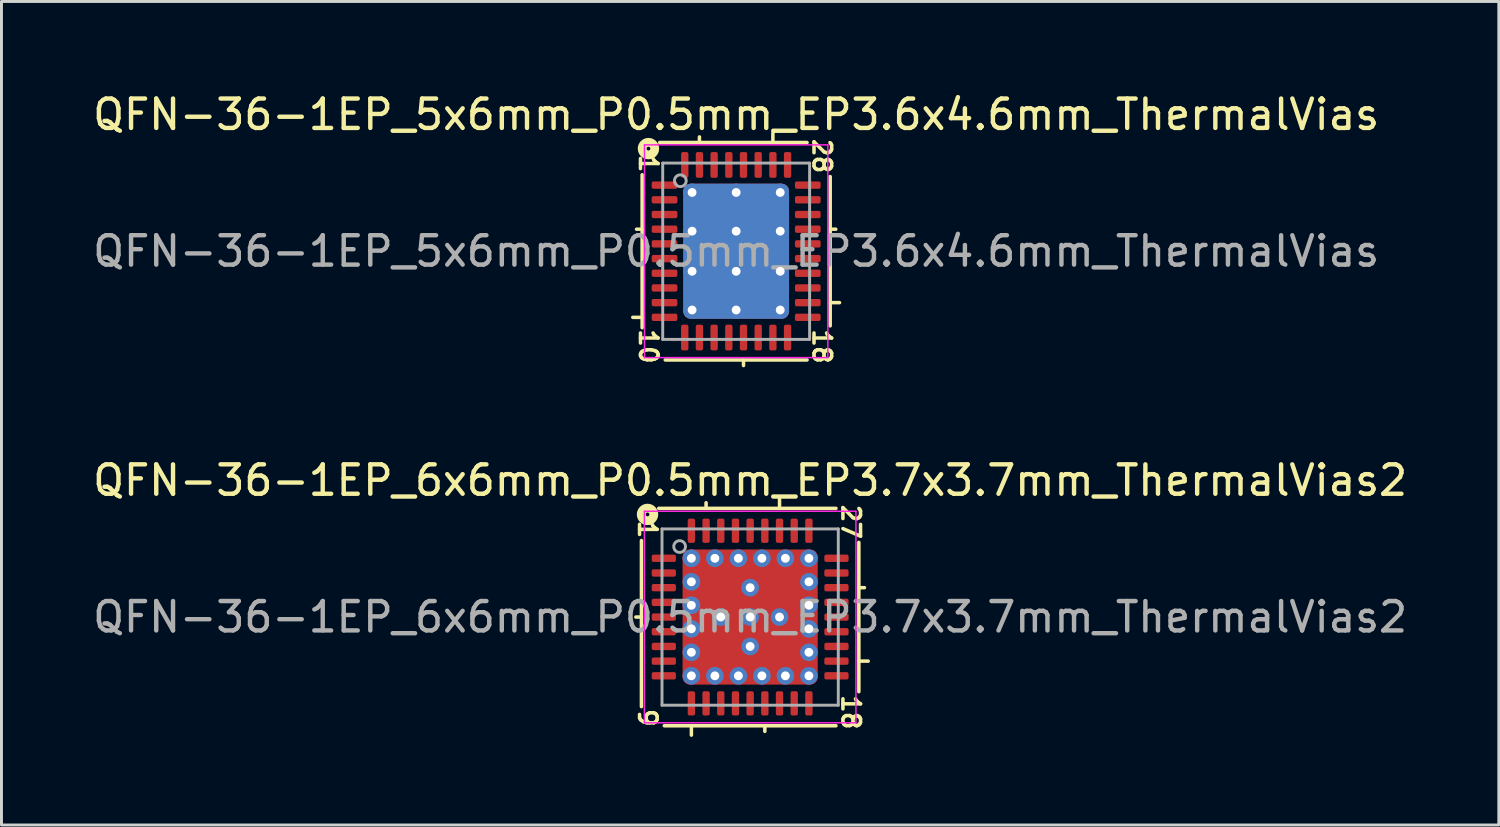
<source format=kicad_pcb>
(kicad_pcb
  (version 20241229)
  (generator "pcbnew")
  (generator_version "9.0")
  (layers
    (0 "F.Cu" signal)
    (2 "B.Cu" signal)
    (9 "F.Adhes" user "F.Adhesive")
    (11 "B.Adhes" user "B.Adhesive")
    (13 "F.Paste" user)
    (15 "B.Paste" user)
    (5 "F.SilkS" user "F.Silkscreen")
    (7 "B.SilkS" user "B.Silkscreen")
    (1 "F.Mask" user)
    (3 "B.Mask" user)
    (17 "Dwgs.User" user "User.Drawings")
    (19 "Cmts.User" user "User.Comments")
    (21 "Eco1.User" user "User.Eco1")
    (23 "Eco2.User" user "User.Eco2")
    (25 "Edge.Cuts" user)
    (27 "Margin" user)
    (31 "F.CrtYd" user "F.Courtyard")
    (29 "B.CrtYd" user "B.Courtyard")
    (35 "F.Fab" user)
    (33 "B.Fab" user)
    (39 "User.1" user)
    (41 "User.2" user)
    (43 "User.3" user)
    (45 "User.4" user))
  (footprint "QFN-36-1EP_5x6mm_P0.5mm_EP3.6x4.6mm_ThermalVias"
    (layer "F.Cu")
    (at 22.006 5.501)
    (property "Reference" "QFN-36-1EP_5x6mm_P0.5mm_EP3.6x4.6mm_ThermalVias" (at 0 -4.652 0) (layer "F.SilkS") (effects (font (size 1 1) (thickness 0.15))))
    (attr smd)
    (fp_line (start -3.2 -2.603) (end -3.2 2.603) (stroke (width 0.12) (type solid)) (layer "F.SilkS"))
    (fp_line (start -3.2 -0.75) (end -3.39 -0.75) (stroke (width 0.12) (type solid)) (layer "F.SilkS"))
    (fp_line (start -3.2 2.25) (end -3.518 2.25) (stroke (width 0.12) (type solid)) (layer "F.SilkS"))
    (fp_line (start -2.413 3.7) (end 2.413 3.7) (stroke (width 0.12) (type solid)) (layer "F.SilkS"))
    (fp_line (start -1.25 -3.7) (end -1.25 -3.89) (stroke (width 0.12) (type solid)) (layer "F.SilkS"))
    (fp_line (start 0.25 3.7) (end 0.25 3.89) (stroke (width 0.12) (type solid)) (layer "F.SilkS"))
    (fp_line (start 1.25 -3.7) (end 1.25 -4.018) (stroke (width 0.12) (type solid)) (layer "F.SilkS"))
    (fp_line (start 2.413 -3.7) (end -2.603 -3.7) (stroke (width 0.12) (type solid)) (layer "F.SilkS"))
    (fp_line (start 3.2 -0.75) (end 3.39 -0.75) (stroke (width 0.12) (type solid)) (layer "F.SilkS"))
    (fp_line (start 3.2 1.75) (end 3.518 1.75) (stroke (width 0.12) (type solid)) (layer "F.SilkS"))
    (fp_line (start 3.2 2.54) (end 3.2 -2.54) (stroke (width 0.12) (type solid)) (layer "F.SilkS"))
    (fp_circle (center -2.985 -3.493) (end -2.921 -3.493) (stroke (width 0.3) (type solid)) (fill no) (layer "F.SilkS"))
    (fp_line (start -3.12 -3.62) (end -3.12 3.62) (stroke (width 0.05) (type solid)) (layer "F.CrtYd"))
    (fp_line (start -3.12 3.62) (end 3.12 3.62) (stroke (width 0.05) (type solid)) (layer "F.CrtYd"))
    (fp_line (start 3.12 -3.62) (end -3.12 -3.62) (stroke (width 0.05) (type solid)) (layer "F.CrtYd"))
    (fp_line (start 3.12 3.62) (end 3.12 -3.62) (stroke (width 0.05) (type solid)) (layer "F.CrtYd"))
    (fp_line (start -2.5 -3) (end 2.5 -3) (stroke (width 0.1) (type solid)) (layer "F.Fab"))
    (fp_line (start -2.5 3) (end -2.5 -3) (stroke (width 0.1) (type solid)) (layer "F.Fab"))
    (fp_line (start 2.5 -3) (end 2.5 3) (stroke (width 0.1) (type solid)) (layer "F.Fab"))
    (fp_line (start 2.5 3) (end -2.5 3) (stroke (width 0.1) (type solid)) (layer "F.Fab"))
    (fp_circle (center -1.9 -2.4) (end -1.7 -2.4) (stroke (width 0.1) (type solid)) (fill no) (layer "F.Fab"))
    (fp_text user "18" (at 2.921 3.239 270) (unlocked yes) (layer "F.SilkS") (effects (font (size 0.6 0.6) (thickness 0.12))))
    (fp_text user "10" (at -2.985 3.239 270) (unlocked yes) (layer "F.SilkS") (effects (font (size 0.6 0.6) (thickness 0.12))))
    (fp_text user "28" (at 2.921 -3.239 270) (unlocked yes) (layer "F.SilkS") (effects (font (size 0.6 0.6) (thickness 0.12))))
    (fp_text user "1" (at -2.985 -2.985 270) (unlocked yes) (layer "F.SilkS") (effects (font (size 0.6 0.6) (thickness 0.12))))
    (fp_text user "${REFERENCE}" (at 0 0 0) (layer "F.Fab") (effects (font (size 1 1) (thickness 0.15))))
    (pad "" smd roundrect (at -0.775 -1.367) (size 1.394 1.188) (layers "F.Paste") (roundrect_rratio 0.21))
    (pad "" smd roundrect (at -0.775 0) (size 1.394 1.188) (layers "F.Paste") (roundrect_rratio 0.21))
    (pad "" smd roundrect (at -0.775 1.367) (size 1.394 1.188) (layers "F.Paste") (roundrect_rratio 0.21))
    (pad "" smd roundrect (at 0.775 -1.367) (size 1.394 1.188) (layers "F.Paste") (roundrect_rratio 0.21))
    (pad "" smd roundrect (at 0.775 0) (size 1.394 1.188) (layers "F.Paste") (roundrect_rratio 0.21))
    (pad "" smd roundrect (at 0.775 1.367) (size 1.394 1.188) (layers "F.Paste") (roundrect_rratio 0.21))
    (pad "1" smd roundrect (at -2.438 -2.25) (size 0.875 0.25) (layers "F.Cu" "F.Mask" "F.Paste") (roundrect_rratio 0.25))
    (pad "2" smd roundrect (at -2.438 -1.75) (size 0.875 0.25) (layers "F.Cu" "F.Mask" "F.Paste") (roundrect_rratio 0.25))
    (pad "3" smd roundrect (at -2.438 -1.25) (size 0.875 0.25) (layers "F.Cu" "F.Mask" "F.Paste") (roundrect_rratio 0.25))
    (pad "4" smd roundrect (at -2.438 -0.75) (size 0.875 0.25) (layers "F.Cu" "F.Mask" "F.Paste") (roundrect_rratio 0.25))
    (pad "5" smd roundrect (at -2.438 -0.25) (size 0.875 0.25) (layers "F.Cu" "F.Mask" "F.Paste") (roundrect_rratio 0.25))
    (pad "6" smd roundrect (at -2.438 0.25) (size 0.875 0.25) (layers "F.Cu" "F.Mask" "F.Paste") (roundrect_rratio 0.25))
    (pad "7" smd roundrect (at -2.438 0.75) (size 0.875 0.25) (layers "F.Cu" "F.Mask" "F.Paste") (roundrect_rratio 0.25))
    (pad "8" smd roundrect (at -2.438 1.25) (size 0.875 0.25) (layers "F.Cu" "F.Mask" "F.Paste") (roundrect_rratio 0.25))
    (pad "9" smd roundrect (at -2.438 1.75) (size 0.875 0.25) (layers "F.Cu" "F.Mask" "F.Paste") (roundrect_rratio 0.25))
    (pad "10" smd roundrect (at -2.438 2.25) (size 0.875 0.25) (layers "F.Cu" "F.Mask" "F.Paste") (roundrect_rratio 0.25))
    (pad "11" smd roundrect (at -1.75 2.938) (size 0.25 0.875) (layers "F.Cu" "F.Mask" "F.Paste") (roundrect_rratio 0.25))
    (pad "12" smd roundrect (at -1.25 2.938) (size 0.25 0.875) (layers "F.Cu" "F.Mask" "F.Paste") (roundrect_rratio 0.25))
    (pad "13" smd roundrect (at -0.75 2.938) (size 0.25 0.875) (layers "F.Cu" "F.Mask" "F.Paste") (roundrect_rratio 0.25))
    (pad "14" smd roundrect (at -0.25 2.938) (size 0.25 0.875) (layers "F.Cu" "F.Mask" "F.Paste") (roundrect_rratio 0.25))
    (pad "15" smd roundrect (at 0.25 2.938) (size 0.25 0.875) (layers "F.Cu" "F.Mask" "F.Paste") (roundrect_rratio 0.25))
    (pad "16" smd roundrect (at 0.75 2.938) (size 0.25 0.875) (layers "F.Cu" "F.Mask" "F.Paste") (roundrect_rratio 0.25))
    (pad "17" smd roundrect (at 1.25 2.938) (size 0.25 0.875) (layers "F.Cu" "F.Mask" "F.Paste") (roundrect_rratio 0.25))
    (pad "18" smd roundrect (at 1.75 2.938) (size 0.25 0.875) (layers "F.Cu" "F.Mask" "F.Paste") (roundrect_rratio 0.25))
    (pad "19" smd roundrect (at 2.438 2.25) (size 0.875 0.25) (layers "F.Cu" "F.Mask" "F.Paste") (roundrect_rratio 0.25))
    (pad "20" smd roundrect (at 2.438 1.75) (size 0.875 0.25) (layers "F.Cu" "F.Mask" "F.Paste") (roundrect_rratio 0.25))
    (pad "21" smd roundrect (at 2.438 1.25) (size 0.875 0.25) (layers "F.Cu" "F.Mask" "F.Paste") (roundrect_rratio 0.25))
    (pad "22" smd roundrect (at 2.438 0.75) (size 0.875 0.25) (layers "F.Cu" "F.Mask" "F.Paste") (roundrect_rratio 0.25))
    (pad "23" smd roundrect (at 2.438 0.25) (size 0.875 0.25) (layers "F.Cu" "F.Mask" "F.Paste") (roundrect_rratio 0.25))
    (pad "24" smd roundrect (at 2.438 -0.25) (size 0.875 0.25) (layers "F.Cu" "F.Mask" "F.Paste") (roundrect_rratio 0.25))
    (pad "25" smd roundrect (at 2.438 -0.75) (size 0.875 0.25) (layers "F.Cu" "F.Mask" "F.Paste") (roundrect_rratio 0.25))
    (pad "26" smd roundrect (at 2.438 -1.25) (size 0.875 0.25) (layers "F.Cu" "F.Mask" "F.Paste") (roundrect_rratio 0.25))
    (pad "27" smd roundrect (at 2.438 -1.75) (size 0.875 0.25) (layers "F.Cu" "F.Mask" "F.Paste") (roundrect_rratio 0.25))
    (pad "28" smd roundrect (at 2.438 -2.25) (size 0.875 0.25) (layers "F.Cu" "F.Mask" "F.Paste") (roundrect_rratio 0.25))
    (pad "29" smd roundrect (at 1.75 -2.938) (size 0.25 0.875) (layers "F.Cu" "F.Mask" "F.Paste") (roundrect_rratio 0.25))
    (pad "30" smd roundrect (at 1.25 -2.938) (size 0.25 0.875) (layers "F.Cu" "F.Mask" "F.Paste") (roundrect_rratio 0.25))
    (pad "31" smd roundrect (at 0.75 -2.938) (size 0.25 0.875) (layers "F.Cu" "F.Mask" "F.Paste") (roundrect_rratio 0.25))
    (pad "32" smd roundrect (at 0.25 -2.938) (size 0.25 0.875) (layers "F.Cu" "F.Mask" "F.Paste") (roundrect_rratio 0.25))
    (pad "33" smd roundrect (at -0.25 -2.938) (size 0.25 0.875) (layers "F.Cu" "F.Mask" "F.Paste") (roundrect_rratio 0.25))
    (pad "34" smd roundrect (at -0.75 -2.938) (size 0.25 0.875) (layers "F.Cu" "F.Mask" "F.Paste") (roundrect_rratio 0.25))
    (pad "35" smd roundrect (at -1.25 -2.938) (size 0.25 0.875) (layers "F.Cu" "F.Mask" "F.Paste") (roundrect_rratio 0.25))
    (pad "36" smd roundrect (at -1.75 -2.938) (size 0.25 0.875) (layers "F.Cu" "F.Mask" "F.Paste") (roundrect_rratio 0.25))
    (pad "37" thru_hole circle (at -1.5 -2) (size 0.6 0.6) (drill 0.3) (property pad_prop_heatsink) (layers "*.Cu"))
    (pad "37" thru_hole circle (at -1.5 -0.683) (size 0.6 0.6) (drill 0.3) (property pad_prop_heatsink) (layers "*.Cu"))
    (pad "37" thru_hole circle (at -1.5 0.683) (size 0.6 0.6) (drill 0.3) (property pad_prop_heatsink) (layers "*.Cu"))
    (pad "37" thru_hole circle (at -1.5 2) (size 0.6 0.6) (drill 0.3) (property pad_prop_heatsink) (layers "*.Cu"))
    (pad "37" thru_hole circle (at 0 -2) (size 0.6 0.6) (drill 0.3) (property pad_prop_heatsink) (layers "*.Cu"))
    (pad "37" thru_hole circle (at 0 -0.683) (size 0.6 0.6) (drill 0.3) (property pad_prop_heatsink) (layers "*.Cu"))
    (pad "37" smd roundrect (at 0 0) (size 3.6 4.6) (layers "F.Cu" "F.Mask") (roundrect_rratio 0.069))
    (pad "37" smd roundrect (at 0 0) (size 3.6 4.6) (layers "B.Cu" "B.Mask") (roundrect_rratio 0.069))
    (pad "37" thru_hole circle (at 0 0.683) (size 0.6 0.6) (drill 0.3) (property pad_prop_heatsink) (layers "*.Cu"))
    (pad "37" thru_hole circle (at 0 2) (size 0.6 0.6) (drill 0.3) (property pad_prop_heatsink) (layers "*.Cu"))
    (pad "37" thru_hole circle (at 1.5 -2) (size 0.6 0.6) (drill 0.3) (property pad_prop_heatsink) (layers "*.Cu"))
    (pad "37" thru_hole circle (at 1.5 -0.683) (size 0.6 0.6) (drill 0.3) (property pad_prop_heatsink) (layers "*.Cu"))
    (pad "37" thru_hole circle (at 1.5 0.683) (size 0.6 0.6) (drill 0.3) (property pad_prop_heatsink) (layers "*.Cu"))
    (pad "37" thru_hole circle (at 1.5 2) (size 0.6 0.6) (drill 0.3) (property pad_prop_heatsink) (layers "*.Cu")))
  (footprint "QFN-36-1EP_6x6mm_P0.5mm_EP3.7x3.7mm_ThermalVias2"
    (layer "F.Cu")
    (at 22.482 17.952)
    (property "Reference" "QFN-36-1EP_6x6mm_P0.5mm_EP3.7x3.7mm_ThermalVias2" (at 0 -4.652 0) (layer "F.SilkS") (effects (font (size 1 1) (thickness 0.15))))
    (attr smd)
    (fp_line (start -3.7 -2.603) (end -3.7 3.048) (stroke (width 0.12) (type solid)) (layer "F.SilkS"))
    (fp_line (start -3.7 0) (end -3.89 0) (stroke (width 0.12) (type solid)) (layer "F.SilkS"))
    (fp_line (start -2.921 3.7) (end 2.921 3.7) (stroke (width 0.12) (type solid)) (layer "F.SilkS"))
    (fp_line (start -2 3.7) (end -2 4.018) (stroke (width 0.12) (type solid)) (layer "F.SilkS"))
    (fp_line (start -1.5 -3.7) (end -1.5 -3.89) (stroke (width 0.12) (type solid)) (layer "F.SilkS"))
    (fp_line (start 0.5 3.7) (end 0.5 3.89) (stroke (width 0.12) (type solid)) (layer "F.SilkS"))
    (fp_line (start 1 -3.7) (end 1 -4.018) (stroke (width 0.12) (type solid)) (layer "F.SilkS"))
    (fp_line (start 2.921 -3.7) (end -3.111 -3.7) (stroke (width 0.12) (type solid)) (layer "F.SilkS"))
    (fp_line (start 3.7 -1) (end 3.89 -1) (stroke (width 0.12) (type solid)) (layer "F.SilkS"))
    (fp_line (start 3.7 1.5) (end 4.018 1.5) (stroke (width 0.12) (type solid)) (layer "F.SilkS"))
    (fp_line (start 3.7 2.54) (end 3.7 -2.54) (stroke (width 0.12) (type solid)) (layer "F.SilkS"))
    (fp_circle (center -3.493 -3.493) (end -3.429 -3.493) (stroke (width 0.3) (type solid)) (fill no) (layer "F.SilkS"))
    (fp_line (start -3.6 -3.6) (end -3.6 3.6) (stroke (width 0.05) (type solid)) (layer "F.CrtYd"))
    (fp_line (start -3.6 3.6) (end 3.6 3.6) (stroke (width 0.05) (type solid)) (layer "F.CrtYd"))
    (fp_line (start 3.6 -3.6) (end -3.6 -3.6) (stroke (width 0.05) (type solid)) (layer "F.CrtYd"))
    (fp_line (start 3.6 3.6) (end 3.6 -3.6) (stroke (width 0.05) (type solid)) (layer "F.CrtYd"))
    (fp_line (start -3 -3) (end 3 -3) (stroke (width 0.1) (type solid)) (layer "F.Fab"))
    (fp_line (start -3 3) (end -3 -3) (stroke (width 0.1) (type solid)) (layer "F.Fab"))
    (fp_line (start 3 -3) (end 3 3) (stroke (width 0.1) (type solid)) (layer "F.Fab"))
    (fp_line (start 3 3) (end -3 3) (stroke (width 0.1) (type solid)) (layer "F.Fab"))
    (fp_circle (center -2.4 -2.4) (end -2.2 -2.4) (stroke (width 0.1) (type solid)) (fill no) (layer "F.Fab"))
    (fp_text user "9" (at -3.493 3.429 270) (unlocked yes) (layer "F.SilkS") (effects (font (size 0.6 0.6) (thickness 0.12))))
    (fp_text user "27" (at 3.429 -3.239 270) (unlocked yes) (layer "F.SilkS") (effects (font (size 0.6 0.6) (thickness 0.12))))
    (fp_text user "1" (at -3.493 -2.985 270) (unlocked yes) (layer "F.SilkS") (effects (font (size 0.6 0.6) (thickness 0.12))))
    (fp_text user "18" (at 3.429 3.239 270) (unlocked yes) (layer "F.SilkS") (effects (font (size 0.6 0.6) (thickness 0.12))))
    (fp_text user "${REFERENCE}" (at 0 0 0) (layer "F.Fab") (effects (font (size 1 1) (thickness 0.15))))
    (pad "" smd roundrect (at -1.35 -1.35) (size 0.5 0.5) (layers "F.Paste") (roundrect_rratio 0.25))
    (pad "" smd roundrect (at -1.35 -0.65) (size 0.5 0.5) (layers "F.Paste") (roundrect_rratio 0.25))
    (pad "" smd roundrect (at -1.35 0.65) (size 0.5 0.5) (layers "F.Paste") (roundrect_rratio 0.25))
    (pad "" smd roundrect (at -1.35 1.35) (size 0.5 0.5) (layers "F.Paste") (roundrect_rratio 0.25))
    (pad "" smd roundrect (at -1 -1) (size 1.4 1.4) (layers "F.Mask") (roundrect_rratio 0.179))
    (pad "" smd roundrect (at -1 1) (size 1.4 1.4) (layers "F.Mask") (roundrect_rratio 0.179))
    (pad "" smd roundrect (at -0.65 -1.35) (size 0.5 0.5) (layers "F.Paste") (roundrect_rratio 0.25))
    (pad "" smd roundrect (at -0.65 -0.65) (size 0.5 0.5) (layers "F.Paste") (roundrect_rratio 0.25))
    (pad "" smd roundrect (at -0.65 0.65) (size 0.5 0.5) (layers "F.Paste") (roundrect_rratio 0.25))
    (pad "" smd roundrect (at -0.65 1.35) (size 0.5 0.5) (layers "F.Paste") (roundrect_rratio 0.25))
    (pad "" smd roundrect (at 0.65 -1.35) (size 0.5 0.5) (layers "F.Paste") (roundrect_rratio 0.25))
    (pad "" smd roundrect (at 0.65 -0.65) (size 0.5 0.5) (layers "F.Paste") (roundrect_rratio 0.25))
    (pad "" smd roundrect (at 0.65 0.65) (size 0.5 0.5) (layers "F.Paste") (roundrect_rratio 0.25))
    (pad "" smd roundrect (at 0.65 1.35) (size 0.5 0.5) (layers "F.Paste") (roundrect_rratio 0.25))
    (pad "" smd roundrect (at 1 -1) (size 1.4 1.4) (layers "F.Mask") (roundrect_rratio 0.179))
    (pad "" smd roundrect (at 1 1) (size 1.4 1.4) (layers "F.Mask") (roundrect_rratio 0.179))
    (pad "" smd roundrect (at 1.35 -1.35) (size 0.5 0.5) (layers "F.Paste") (roundrect_rratio 0.25))
    (pad "" smd roundrect (at 1.35 -0.65) (size 0.5 0.5) (layers "F.Paste") (roundrect_rratio 0.25))
    (pad "" smd roundrect (at 1.35 0.65) (size 0.5 0.5) (layers "F.Paste") (roundrect_rratio 0.25))
    (pad "" smd roundrect (at 1.35 1.35) (size 0.5 0.5) (layers "F.Paste") (roundrect_rratio 0.25))
    (pad "1" smd roundrect (at -2.938 -2) (size 0.825 0.25) (layers "F.Cu" "F.Mask" "F.Paste") (roundrect_rratio 0.25))
    (pad "2" smd roundrect (at -2.938 -1.5) (size 0.825 0.25) (layers "F.Cu" "F.Mask" "F.Paste") (roundrect_rratio 0.25))
    (pad "3" smd roundrect (at -2.938 -1) (size 0.825 0.25) (layers "F.Cu" "F.Mask" "F.Paste") (roundrect_rratio 0.25))
    (pad "4" smd roundrect (at -2.938 -0.5) (size 0.825 0.25) (layers "F.Cu" "F.Mask" "F.Paste") (roundrect_rratio 0.25))
    (pad "5" smd roundrect (at -2.938 0) (size 0.825 0.25) (layers "F.Cu" "F.Mask" "F.Paste") (roundrect_rratio 0.25))
    (pad "6" smd roundrect (at -2.938 0.5) (size 0.825 0.25) (layers "F.Cu" "F.Mask" "F.Paste") (roundrect_rratio 0.25))
    (pad "7" smd roundrect (at -2.938 1) (size 0.825 0.25) (layers "F.Cu" "F.Mask" "F.Paste") (roundrect_rratio 0.25))
    (pad "8" smd roundrect (at -2.938 1.5) (size 0.825 0.25) (layers "F.Cu" "F.Mask" "F.Paste") (roundrect_rratio 0.25))
    (pad "9" smd roundrect (at -2.938 2) (size 0.825 0.25) (layers "F.Cu" "F.Mask" "F.Paste") (roundrect_rratio 0.25))
    (pad "10" smd roundrect (at -2 2.938) (size 0.25 0.825) (layers "F.Cu" "F.Mask" "F.Paste") (roundrect_rratio 0.25))
    (pad "11" smd roundrect (at -1.5 2.938) (size 0.25 0.825) (layers "F.Cu" "F.Mask" "F.Paste") (roundrect_rratio 0.25))
    (pad "12" smd roundrect (at -1 2.938) (size 0.25 0.825) (layers "F.Cu" "F.Mask" "F.Paste") (roundrect_rratio 0.25))
    (pad "13" smd roundrect (at -0.5 2.938) (size 0.25 0.825) (layers "F.Cu" "F.Mask" "F.Paste") (roundrect_rratio 0.25))
    (pad "14" smd roundrect (at 0 2.938) (size 0.25 0.825) (layers "F.Cu" "F.Mask" "F.Paste") (roundrect_rratio 0.25))
    (pad "15" smd roundrect (at 0.5 2.938) (size 0.25 0.825) (layers "F.Cu" "F.Mask" "F.Paste") (roundrect_rratio 0.25))
    (pad "16" smd roundrect (at 1 2.938) (size 0.25 0.825) (layers "F.Cu" "F.Mask" "F.Paste") (roundrect_rratio 0.25))
    (pad "17" smd roundrect (at 1.5 2.938) (size 0.25 0.825) (layers "F.Cu" "F.Mask" "F.Paste") (roundrect_rratio 0.25))
    (pad "18" smd roundrect (at 2 2.938) (size 0.25 0.825) (layers "F.Cu" "F.Mask" "F.Paste") (roundrect_rratio 0.25))
    (pad "19" smd roundrect (at 2.938 2) (size 0.825 0.25) (layers "F.Cu" "F.Mask" "F.Paste") (roundrect_rratio 0.25))
    (pad "20" smd roundrect (at 2.938 1.5) (size 0.825 0.25) (layers "F.Cu" "F.Mask" "F.Paste") (roundrect_rratio 0.25))
    (pad "21" smd roundrect (at 2.938 1) (size 0.825 0.25) (layers "F.Cu" "F.Mask" "F.Paste") (roundrect_rratio 0.25))
    (pad "22" smd roundrect (at 2.938 0.5) (size 0.825 0.25) (layers "F.Cu" "F.Mask" "F.Paste") (roundrect_rratio 0.25))
    (pad "23" smd roundrect (at 2.938 0) (size 0.825 0.25) (layers "F.Cu" "F.Mask" "F.Paste") (roundrect_rratio 0.25))
    (pad "24" smd roundrect (at 2.938 -0.5) (size 0.825 0.25) (layers "F.Cu" "F.Mask" "F.Paste") (roundrect_rratio 0.25))
    (pad "25" smd roundrect (at 2.938 -1) (size 0.825 0.25) (layers "F.Cu" "F.Mask" "F.Paste") (roundrect_rratio 0.25))
    (pad "26" smd roundrect (at 2.938 -1.5) (size 0.825 0.25) (layers "F.Cu" "F.Mask" "F.Paste") (roundrect_rratio 0.25))
    (pad "27" smd roundrect (at 2.938 -2) (size 0.825 0.25) (layers "F.Cu" "F.Mask" "F.Paste") (roundrect_rratio 0.25))
    (pad "28" smd roundrect (at 2 -2.938) (size 0.25 0.825) (layers "F.Cu" "F.Mask" "F.Paste") (roundrect_rratio 0.25))
    (pad "29" smd roundrect (at 1.5 -2.938) (size 0.25 0.825) (layers "F.Cu" "F.Mask" "F.Paste") (roundrect_rratio 0.25))
    (pad "30" smd roundrect (at 1 -2.938) (size 0.25 0.825) (layers "F.Cu" "F.Mask" "F.Paste") (roundrect_rratio 0.25))
    (pad "31" smd roundrect (at 0.5 -2.938) (size 0.25 0.825) (layers "F.Cu" "F.Mask" "F.Paste") (roundrect_rratio 0.25))
    (pad "32" smd roundrect (at 0 -2.938) (size 0.25 0.825) (layers "F.Cu" "F.Mask" "F.Paste") (roundrect_rratio 0.25))
    (pad "33" smd roundrect (at -0.5 -2.938) (size 0.25 0.825) (layers "F.Cu" "F.Mask" "F.Paste") (roundrect_rratio 0.25))
    (pad "34" smd roundrect (at -1 -2.938) (size 0.25 0.825) (layers "F.Cu" "F.Mask" "F.Paste") (roundrect_rratio 0.25))
    (pad "35" smd roundrect (at -1.5 -2.938) (size 0.25 0.825) (layers "F.Cu" "F.Mask" "F.Paste") (roundrect_rratio 0.25))
    (pad "36" smd roundrect (at -2 -2.938) (size 0.25 0.825) (layers "F.Cu" "F.Mask" "F.Paste") (roundrect_rratio 0.25))
    (pad "37" thru_hole circle (at -2 -2) (size 0.6 0.6) (drill 0.3) (property pad_prop_heatsink) (layers "*.Cu" "*.Mask"))
    (pad "37" thru_hole circle (at -2 -1.2) (size 0.6 0.6) (drill 0.3) (property pad_prop_heatsink) (layers "*.Cu" "*.Mask"))
    (pad "37" thru_hole circle (at -2 -0.4) (size 0.6 0.6) (drill 0.3) (property pad_prop_heatsink) (layers "*.Cu" "*.Mask"))
    (pad "37" thru_hole circle (at -2 0.4) (size 0.6 0.6) (drill 0.3) (property pad_prop_heatsink) (layers "*.Cu" "*.Mask"))
    (pad "37" thru_hole circle (at -2 1.2) (size 0.6 0.6) (drill 0.3) (property pad_prop_heatsink) (layers "*.Cu" "*.Mask"))
    (pad "37" thru_hole circle (at -2 2) (size 0.6 0.6) (drill 0.3) (property pad_prop_heatsink) (layers "*.Cu" "*.Mask"))
    (pad "37" thru_hole circle (at -1.2 -2) (size 0.6 0.6) (drill 0.3) (property pad_prop_heatsink) (layers "*.Cu" "*.Mask"))
    (pad "37" thru_hole circle (at -1.2 2) (size 0.6 0.6) (drill 0.3) (property pad_prop_heatsink) (layers "*.Cu" "*.Mask"))
    (pad "37" thru_hole circle (at -1 0) (size 0.6 0.6) (drill 0.3) (property pad_prop_heatsink) (layers "*.Cu" "*.Mask"))
    (pad "37" thru_hole circle (at -0.4 -2) (size 0.6 0.6) (drill 0.3) (property pad_prop_heatsink) (layers "*.Cu" "*.Mask"))
    (pad "37" thru_hole circle (at -0.4 2) (size 0.6 0.6) (drill 0.3) (property pad_prop_heatsink) (layers "*.Cu" "*.Mask"))
    (pad "37" thru_hole circle (at 0 -1) (size 0.6 0.6) (drill 0.3) (property pad_prop_heatsink) (layers "*.Cu" "*.Mask"))
    (pad "37" thru_hole circle (at 0 0) (size 0.6 0.6) (drill 0.3) (property pad_prop_heatsink) (layers "*.Cu" "*.Mask"))
    (pad "37" smd roundrect (at 0 0) (size 4.6 4.6) (layers "F.Cu") (roundrect_rratio 0.054))
    (pad "37" thru_hole circle (at 0 1) (size 0.6 0.6) (drill 0.3) (property pad_prop_heatsink) (layers "*.Cu" "*.Mask"))
    (pad "37" thru_hole circle (at 0.4 -2) (size 0.6 0.6) (drill 0.3) (property pad_prop_heatsink) (layers "*.Cu" "*.Mask"))
    (pad "37" thru_hole circle (at 0.4 2) (size 0.6 0.6) (drill 0.3) (property pad_prop_heatsink) (layers "*.Cu" "*.Mask"))
    (pad "37" thru_hole circle (at 1 0) (size 0.6 0.6) (drill 0.3) (property pad_prop_heatsink) (layers "*.Cu" "*.Mask"))
    (pad "37" thru_hole circle (at 1.2 -2) (size 0.6 0.6) (drill 0.3) (property pad_prop_heatsink) (layers "*.Cu" "*.Mask"))
    (pad "37" thru_hole circle (at 1.2 2) (size 0.6 0.6) (drill 0.3) (property pad_prop_heatsink) (layers "*.Cu" "*.Mask"))
    (pad "37" thru_hole circle (at 2 -2) (size 0.6 0.6) (drill 0.3) (property pad_prop_heatsink) (layers "*.Cu" "*.Mask"))
    (pad "37" thru_hole circle (at 2 -1.2) (size 0.6 0.6) (drill 0.3) (property pad_prop_heatsink) (layers "*.Cu" "*.Mask"))
    (pad "37" thru_hole circle (at 2 -0.4) (size 0.6 0.6) (drill 0.3) (property pad_prop_heatsink) (layers "*.Cu" "*.Mask"))
    (pad "37" thru_hole circle (at 2 0.4) (size 0.6 0.6) (drill 0.3) (property pad_prop_heatsink) (layers "*.Cu" "*.Mask"))
    (pad "37" thru_hole circle (at 2 1.2) (size 0.6 0.6) (drill 0.3) (property pad_prop_heatsink) (layers "*.Cu" "*.Mask"))
    (pad "37" thru_hole circle (at 2 2) (size 0.6 0.6) (drill 0.3) (property pad_prop_heatsink) (layers "*.Cu" "*.Mask")))
  (gr_rect
    (start -3 -3)
    (end 47.964 25.029)
    (stroke (width 0.1) (type default))
    (fill no)
    (layer "Edge.Cuts")))
</source>
